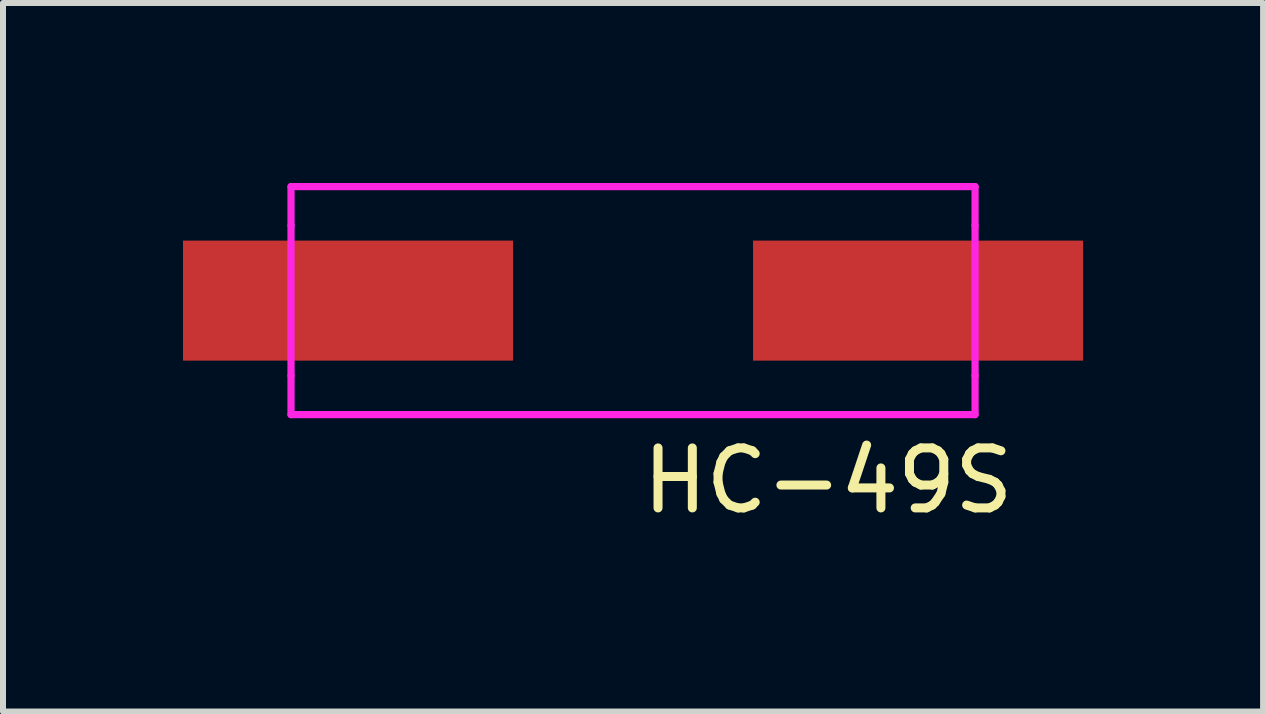
<source format=kicad_pcb>
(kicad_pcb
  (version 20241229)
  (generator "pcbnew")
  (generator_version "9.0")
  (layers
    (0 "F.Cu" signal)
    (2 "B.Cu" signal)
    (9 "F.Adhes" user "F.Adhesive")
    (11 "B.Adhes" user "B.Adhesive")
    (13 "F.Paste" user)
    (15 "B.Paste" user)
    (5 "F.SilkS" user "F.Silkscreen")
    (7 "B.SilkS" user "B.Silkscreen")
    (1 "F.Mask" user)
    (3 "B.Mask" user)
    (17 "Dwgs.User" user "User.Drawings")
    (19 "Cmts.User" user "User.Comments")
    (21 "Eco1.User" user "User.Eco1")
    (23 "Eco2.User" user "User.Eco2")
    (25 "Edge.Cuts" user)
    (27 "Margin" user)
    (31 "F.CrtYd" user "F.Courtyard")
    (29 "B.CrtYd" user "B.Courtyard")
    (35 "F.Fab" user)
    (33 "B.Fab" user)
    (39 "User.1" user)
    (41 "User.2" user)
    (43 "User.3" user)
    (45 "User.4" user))
  (footprint "HC-49S"
    (layer "F.Cu")
    (at 7.5 1.96)
    (property "Reference" "HC-49S" (at 3.25 3 0) (layer "F.SilkS") (effects (font (size 1 1) (thickness 0.15))))
    (attr through_hole)
    (fp_line (start -5.7 -1.9) (end 5.7 -1.9) (stroke (width 0.12) (type solid)) (layer "F.CrtYd"))
    (fp_line (start -5.7 -1.25) (end -5.7 -1.9) (stroke (width 0.12) (type solid)) (layer "F.CrtYd"))
    (fp_line (start -5.7 1.25) (end -5.7 -1.25) (stroke (width 0.12) (type solid)) (layer "F.CrtYd"))
    (fp_line (start -5.7 1.9) (end -5.7 1.25) (stroke (width 0.12) (type solid)) (layer "F.CrtYd"))
    (fp_line (start 5.7 -1.25) (end 5.7 -1.9) (stroke (width 0.12) (type solid)) (layer "F.CrtYd"))
    (fp_line (start 5.7 1.25) (end 5.7 -1.25) (stroke (width 0.12) (type solid)) (layer "F.CrtYd"))
    (fp_line (start 5.7 1.9) (end -5.7 1.9) (stroke (width 0.12) (type solid)) (layer "F.CrtYd"))
    (fp_line (start 5.7 1.9) (end 5.7 1.25) (stroke (width 0.12) (type solid)) (layer "F.CrtYd"))
    (pad "1" smd rect (at -4.75 0) (size 5.5 2) (layers "F.Cu" "F.Mask" "F.Paste"))
    (pad "2" smd rect (at 4.75 0) (size 5.5 2) (layers "F.Cu" "F.Mask" "F.Paste")))
  (gr_rect
    (start -3 -3)
    (end 18 8.808)
    (stroke (width 0.1) (type default))
    (fill no)
    (layer "Edge.Cuts")))
</source>
